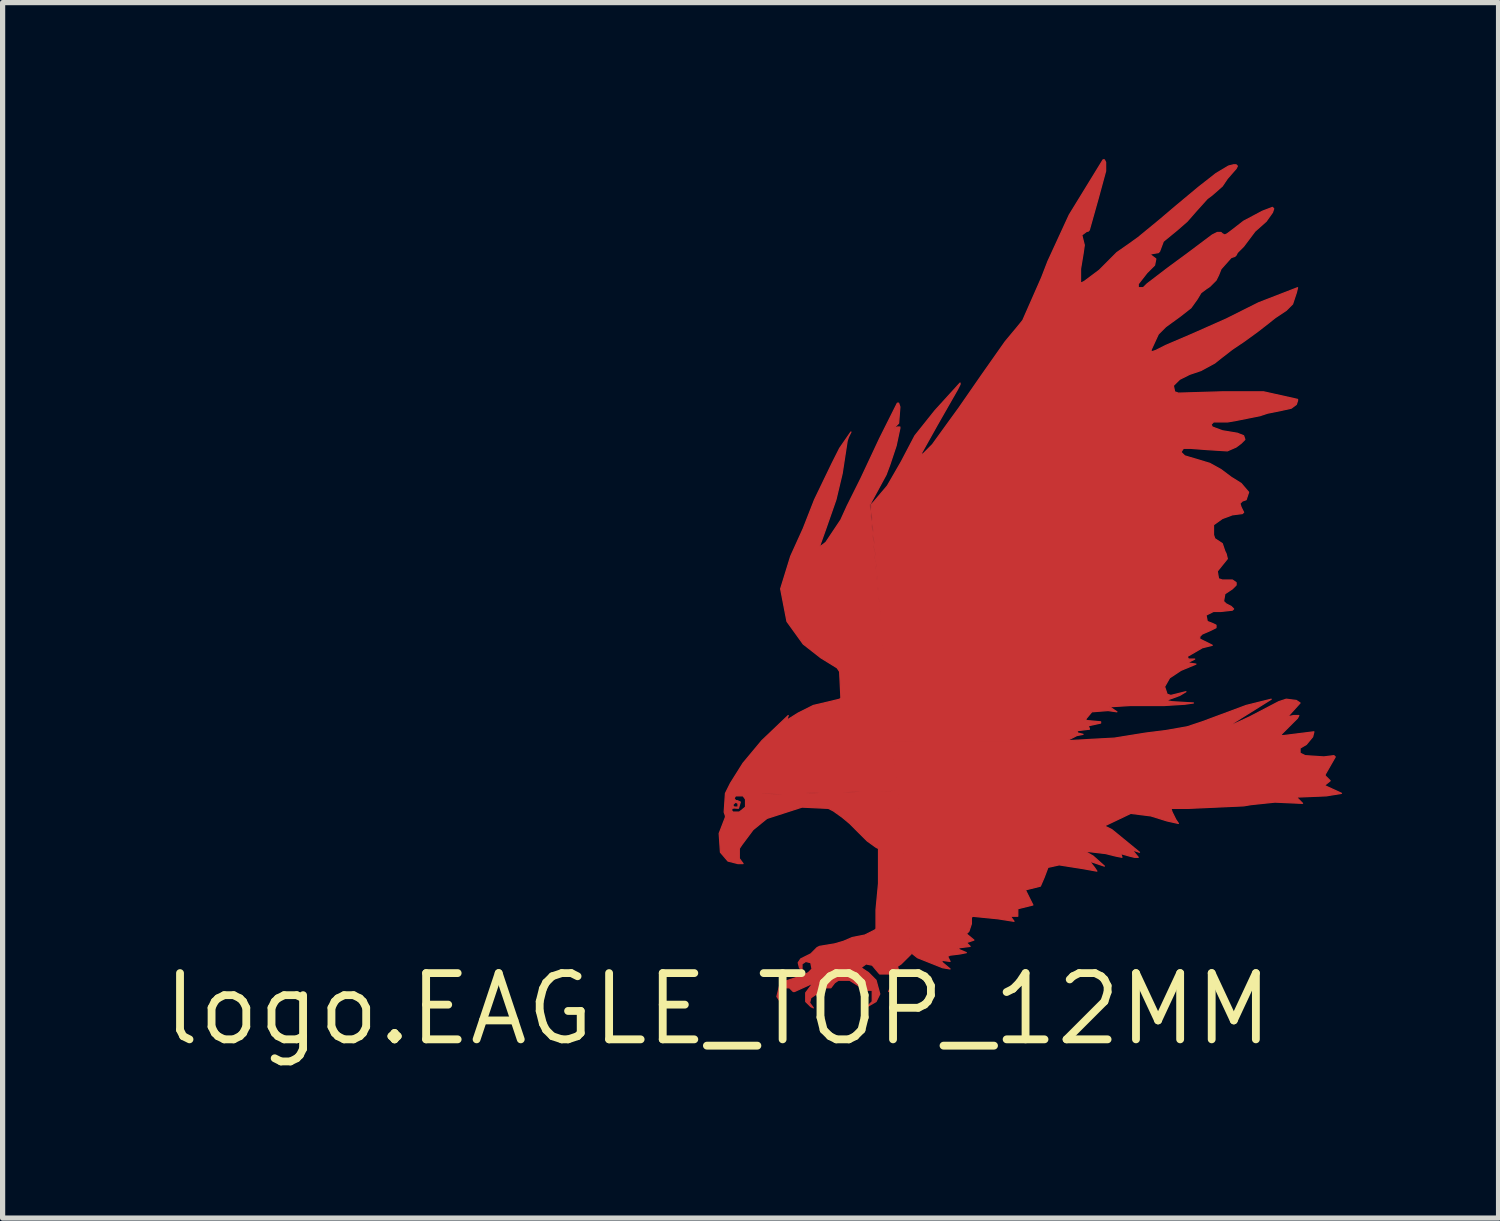
<source format=kicad_pcb>
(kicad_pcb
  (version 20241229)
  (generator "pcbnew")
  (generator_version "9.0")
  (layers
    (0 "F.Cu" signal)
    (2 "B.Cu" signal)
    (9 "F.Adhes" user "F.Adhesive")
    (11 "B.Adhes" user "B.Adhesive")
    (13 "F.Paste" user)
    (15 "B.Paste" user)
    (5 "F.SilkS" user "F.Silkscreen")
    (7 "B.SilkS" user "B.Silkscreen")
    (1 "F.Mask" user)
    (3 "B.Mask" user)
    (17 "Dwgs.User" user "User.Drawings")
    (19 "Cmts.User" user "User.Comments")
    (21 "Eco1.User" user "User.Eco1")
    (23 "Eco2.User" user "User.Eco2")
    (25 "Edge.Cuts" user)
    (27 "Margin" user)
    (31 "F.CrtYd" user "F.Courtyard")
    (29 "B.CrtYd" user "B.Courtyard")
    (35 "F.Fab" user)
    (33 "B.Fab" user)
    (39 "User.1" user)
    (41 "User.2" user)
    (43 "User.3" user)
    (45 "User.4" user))
  (footprint "logo.EAGLE_TOP_12MM"
    (layer "F.Cu")
    (at 10.712 16.293)
    (property "Reference" "logo.EAGLE_TOP_12MM" (at 0 0 0) (layer "F.SilkS") (effects (font (size 1.27 1.27) (thickness 0.15))))
    (fp_poly (pts (xy 0.24 -3.968) (xy 0.265 -4.016) (xy 0.313 -4.088) (xy 0.433 -4.136) (xy 0.553 -4.064) (xy 0.577 -3.872) (xy 0.457 -3.752) (xy 0.265 -3.752) (xy 0.216 -3.799) (xy 0.216 -3.92) (xy 0.265 -3.92) (xy 0.265 -3.872) (xy 0.265 -3.799) (xy 0.289 -3.776) (xy 0.409 -3.776) (xy 0.529 -3.872) (xy 0.553 -3.992) (xy 0.481 -4.088) (xy 0.337 -4.088) (xy 0.308 -4.038) (xy 0.342 -3.996) (xy 0.375 -3.994) (xy 0.428 -3.969) (xy 0.393 -3.85) (xy 0.313 -3.855) (xy 0.265 -3.848) (xy 0.29 -3.899) (xy 0.313 -3.872) (xy 0.385 -3.872) (xy 0.385 -3.944) (xy 0.337 -3.968) (xy 0.286 -3.92) (xy 0.289 -3.896)) (stroke (width 0.024) (type default)) (fill yes) (layer "F.Cu"))
    (fp_poly (pts (xy 3.343 -5.122) (xy 6.709 -5.146) (xy 7.599 -5.194) (xy 8.2 -5.291) (xy 8.585 -5.339) (xy 8.994 -5.411) (xy 9.283 -5.507) (xy 10.124 -5.82) (xy 10.605 -5.94) (xy 9.836 -5.459) (xy 9.884 -5.459) (xy 10.196 -5.603) (xy 10.749 -5.892) (xy 10.894 -5.94) (xy 11.086 -5.916) (xy 11.158 -5.868) (xy 10.918 -5.603) (xy 11.038 -5.627) (xy 11.134 -5.627) (xy 11.11 -5.579) (xy 10.798 -5.267) (xy 10.798 -5.243) (xy 10.846 -5.243) (xy 11.423 -5.315) (xy 11.399 -5.219) (xy 11.279 -5.074) (xy 11.158 -5.002) (xy 11.158 -4.906) (xy 11.255 -4.858) (xy 11.615 -4.834) (xy 11.807 -4.858) (xy 11.832 -4.834) (xy 11.639 -4.497) (xy 11.639 -4.473) (xy 11.735 -4.377) (xy 11.615 -4.28) (xy 11.639 -4.28) (xy 11.952 -4.136) (xy 11.663 -4.088) (xy 11.086 -4.064) (xy 11.206 -3.944) (xy 10.677 -3.968) (xy 10.22 -3.92) (xy 10.076 -3.896) (xy 9.018 -3.848) (xy 8.681 -3.848) (xy 8.705 -3.776) (xy 8.777 -3.631) (xy 8.826 -3.559) (xy 8.609 -3.607) (xy 8.297 -3.704) (xy 7.912 -3.752) (xy 7.407 -3.511) (xy 7.551 -3.439) (xy 8.08 -3.006) (xy 7.936 -3.054) (xy 8.056 -2.91) (xy 7.984 -2.91) (xy 7.888 -2.934) (xy 7.719 -2.982) (xy 7.744 -2.91) (xy 7.623 -2.934) (xy 7.431 -2.982) (xy 7.022 -3.03) (xy 7.19 -2.934) (xy 7.407 -2.741) (xy 7.118 -2.838) (xy 7.214 -2.717) (xy 7.263 -2.645) (xy 6.998 -2.693) (xy 6.541 -2.765) (xy 6.325 -2.717) (xy 6.253 -2.525) (xy 6.18 -2.357) (xy 5.892 -2.285) (xy 6.036 -1.996) (xy 5.747 -1.924) (xy 5.747 -1.78) (xy 5.603 -1.78) (xy 5.675 -1.683) (xy 5.363 -1.732) (xy 4.882 -1.78) (xy 4.858 -1.756) (xy 4.858 -1.683) (xy 4.858 -1.635) (xy 4.81 -1.491) (xy 4.761 -1.443) (xy 4.906 -1.323) (xy 4.761 -1.274) (xy 4.834 -1.202) (xy 4.641 -1.178) (xy 4.593 -1.154) (xy 4.761 -1.082) (xy 4.641 -1.058) (xy 4.449 -1.034) (xy 4.401 -1.01) (xy 4.449 -0.914) (xy 4.28 -0.938) (xy 4.305 -0.89) (xy 4.449 -0.77) (xy 4.305 -0.794) (xy 3.824 -0.986) (xy 3.704 -1.082)) (stroke (width 0.024) (type default)) (fill yes) (layer "F.Cu"))
    (fp_poly (pts (xy 1.226 -0.144) (xy 1.178 -0.168) (xy 1.13 -0.24) (xy 1.178 -0.433) (xy 1.274 -0.529) (xy 1.491 -0.601) (xy 1.635 -0.649) (xy 1.732 -0.698) (xy 1.804 -0.77) (xy 1.78 -0.89) (xy 1.683 -0.914) (xy 1.611 -0.866) (xy 1.611 -0.746) (xy 1.563 -0.794) (xy 1.539 -0.89) (xy 1.587 -0.962) (xy 1.683 -1.01) (xy 1.78 -1.058) (xy 1.828 -1.106) (xy 1.9 -1.178) (xy 1.948 -1.202) (xy 2.237 -1.25) (xy 2.405 -1.299) (xy 2.573 -1.371) (xy 2.693 -1.395) (xy 2.814 -1.419) (xy 3.006 -1.515) (xy 3.03 -1.539) (xy 3.03 -1.9) (xy 3.078 -2.405) (xy 3.078 -3.078) (xy 3.03 -3.102) (xy 2.862 -3.223) (xy 2.693 -3.391) (xy 2.525 -3.559) (xy 2.381 -3.679) (xy 2.213 -3.799) (xy 2.116 -3.848) (xy 1.611 -3.872) (xy 0.938 -3.655) (xy 0.673 -3.439) (xy 0.457 -3.15) (xy 0.409 -3.078) (xy 0.409 -2.886) (xy 0.481 -2.789) (xy 0.385 -2.789) (xy 0.192 -2.838) (xy 0.048 -3.006) (xy 0.024 -3.367) (xy 0.144 -3.679) (xy 0.144 -3.704) (xy 0.12 -3.776) (xy 0.144 -4.136) (xy 0.24 -4.329) (xy 0.481 -4.713) (xy 0.842 -5.146) (xy 1.347 -5.627) (xy 1.323 -5.555) (xy 1.347 -5.555) (xy 1.539 -5.675) (xy 1.828 -5.82) (xy 2.333 -5.94) (xy 2.357 -5.964) (xy 2.333 -6.469) (xy 2.285 -6.541) (xy 1.972 -6.734) (xy 1.635 -6.998) (xy 1.323 -7.431) (xy 1.202 -8.056) (xy 1.395 -8.681) (xy 1.635 -9.21) (xy 1.852 -9.764) (xy 2.188 -10.461) (xy 2.333 -10.749) (xy 2.549 -11.062) (xy 2.501 -10.966) (xy 2.477 -10.894) (xy 2.381 -10.268) (xy 2.261 -9.764) (xy 2.068 -9.21) (xy 1.948 -8.874) (xy 1.972 -8.874) (xy 2.068 -8.946) (xy 2.357 -9.379) (xy 2.477 -9.643) (xy 2.741 -10.172) (xy 3.102 -10.942) (xy 3.439 -11.615) (xy 3.463 -11.615) (xy 3.487 -11.543) (xy 3.463 -11.231) (xy 3.391 -11.158) (xy 3.391 -11.134) (xy 3.439 -11.158) (xy 3.487 -11.158) (xy 3.487 -11.134) (xy 3.415 -10.798) (xy 3.295 -10.437) (xy 3.223 -10.244) (xy 3.054 -9.932) (xy 2.91 -9.667) (xy 3.439 -4.184) (xy 0.337 -4.112) (xy 0.24 -3.968) (xy 0.24 -3.848) (xy 0.265 -3.776) (xy 0.313 -3.752) (xy 0.409 -3.752) (xy 0.529 -3.848) (xy 0.529 -4.064) (xy 0.481 -4.112) (xy 0.842 -4.112) (xy 3.439 -4.184) (xy 3.704 -1.058) (xy 3.511 -0.866) (xy 3.439 -0.818) (xy 3.463 -0.746) (xy 3.271 -0.337) (xy 3.343 -0.409) (xy 3.343 -0.673) (xy 3.102 -0.673) (xy 3.078 -0.698) (xy 2.958 -0.842) (xy 2.838 -0.866) (xy 2.741 -0.794) (xy 2.886 -0.698) (xy 3.03 -0.553) (xy 3.102 -0.289) (xy 3.03 -0.144) (xy 2.862 -0.048) (xy 2.958 -0.144) (xy 2.958 -0.361) (xy 2.789 -0.361) (xy 2.717 -0.433) (xy 2.525 -0.553) (xy 2.309 -0.553) (xy 2.237 -0.505) (xy 2.164 -0.409) (xy 2.068 -0.409) (xy 1.852 -0.265) (xy 1.78 -0.216) (xy 1.756 -0.12) (xy 1.828 -0.024) (xy 1.78 -0.048) (xy 1.683 -0.144) (xy 1.683 -0.313) (xy 1.828 -0.505) (xy 1.732 -0.457) (xy 1.467 -0.337) (xy 1.443 -0.337) (xy 1.371 -0.409) (xy 1.299 -0.409) (xy 1.226 -0.289)) (stroke (width 0.024) (type default)) (fill yes) (layer "F.Cu"))
    (fp_poly (pts (xy 2.934 -9.667) (xy 2.982 -9.716) (xy 3.247 -10.028) (xy 3.511 -10.485) (xy 3.776 -10.99) (xy 4.16 -11.471) (xy 4.641 -12) (xy 4.641 -11.976) (xy 4.593 -11.88) (xy 4.208 -11.206) (xy 3.872 -10.605) (xy 3.944 -10.653) (xy 4.112 -10.822) (xy 4.425 -11.255) (xy 4.617 -11.519) (xy 5.05 -12.144) (xy 5.507 -12.794) (xy 5.747 -13.082) (xy 5.844 -13.202) (xy 6.204 -14.02) (xy 6.325 -14.333) (xy 6.734 -15.222) (xy 7.383 -16.28) (xy 7.407 -16.28) (xy 7.431 -16.232) (xy 7.431 -16.064) (xy 7.287 -15.535) (xy 7.118 -14.934) (xy 7.094 -14.91) (xy 7.07 -14.91) (xy 6.974 -14.838) (xy 6.998 -14.741) (xy 7.022 -14.645) (xy 6.998 -14.477) (xy 6.95 -14.188) (xy 6.95 -13.924) (xy 6.974 -13.924) (xy 7.022 -13.948) (xy 7.311 -14.164) (xy 7.647 -14.501) (xy 7.888 -14.669) (xy 8.056 -14.79) (xy 8.465 -15.126) (xy 8.777 -15.391) (xy 9.21 -15.752) (xy 9.547 -16.016) (xy 9.788 -16.16) (xy 9.884 -16.184) (xy 9.932 -16.184) (xy 9.956 -16.16) (xy 9.932 -16.112) (xy 9.764 -15.92) (xy 9.667 -15.776) (xy 9.475 -15.607) (xy 9.379 -15.535) (xy 9.162 -15.294) (xy 8.994 -15.102) (xy 8.802 -14.934) (xy 8.537 -14.717) (xy 8.465 -14.525) (xy 8.441 -14.501) (xy 8.297 -14.477) (xy 8.297 -14.453) (xy 8.393 -14.381) (xy 8.369 -14.26) (xy 8.225 -14.116) (xy 8.056 -13.9) (xy 8.056 -13.828) (xy 8.152 -13.828) (xy 8.225 -13.9) (xy 8.633 -14.212) (xy 8.994 -14.477) (xy 9.475 -14.838) (xy 9.571 -14.886) (xy 9.643 -14.886) (xy 9.667 -14.862) (xy 9.716 -14.838) (xy 9.764 -14.862) (xy 9.86 -14.934) (xy 10.076 -15.102) (xy 10.437 -15.294) (xy 10.629 -15.367) (xy 10.653 -15.343) (xy 10.629 -15.271) (xy 10.509 -15.102) (xy 10.293 -14.91) (xy 10.076 -14.621) (xy 9.956 -14.501) (xy 9.932 -14.453) (xy 9.908 -14.429) (xy 9.836 -14.405) (xy 9.643 -14.188) (xy 9.595 -14.068) (xy 9.547 -13.972) (xy 9.427 -13.852) (xy 9.355 -13.804) (xy 9.258 -13.731) (xy 9.186 -13.611) (xy 9.066 -13.443) (xy 8.85 -13.274) (xy 8.585 -13.082) (xy 8.441 -12.938) (xy 8.297 -12.625) (xy 8.321 -12.601) (xy 8.393 -12.625) (xy 8.585 -12.722) (xy 9.09 -12.938) (xy 9.74 -13.226) (xy 10.365 -13.539) (xy 11.11 -13.828) (xy 11.086 -13.731) (xy 11.014 -13.515) (xy 10.894 -13.395) (xy 10.677 -13.25) (xy 10.557 -13.154) (xy 10.341 -12.986) (xy 10.076 -12.794) (xy 9.86 -12.649) (xy 9.643 -12.481) (xy 9.523 -12.385) (xy 9.258 -12.241) (xy 9.042 -12.168) (xy 8.85 -12.072) (xy 8.729 -11.952) (xy 8.754 -11.832) (xy 8.826 -11.807) (xy 9.667 -11.832) (xy 10.461 -11.832) (xy 11.11 -11.687) (xy 11.11 -11.663) (xy 11.086 -11.591) (xy 10.99 -11.519) (xy 10.774 -11.471) (xy 10.533 -11.423) (xy 10.389 -11.375) (xy 10.148 -11.327) (xy 9.908 -11.279) (xy 9.764 -11.255) (xy 9.499 -11.255) (xy 9.451 -11.206) (xy 9.475 -11.158) (xy 9.667 -11.086) (xy 9.956 -11.038) (xy 10.076 -10.99) (xy 10.1 -10.918) (xy 10.028 -10.846) (xy 9.932 -10.774) (xy 9.764 -10.701) (xy 9.379 -10.725) (xy 9.066 -10.749) (xy 8.922 -10.749) (xy 8.874 -10.677) (xy 8.946 -10.605) (xy 9.427 -10.461) (xy 9.643 -10.341) (xy 9.836 -10.196) (xy 10.028 -10.076) (xy 10.172 -9.908) (xy 10.124 -9.764) (xy 10.052 -9.74) (xy 10.004 -9.691) (xy 10.028 -9.619) (xy 10.076 -9.523) (xy 10.052 -9.499) (xy 9.86 -9.475) (xy 9.667 -9.403) (xy 9.499 -9.283) (xy 9.499 -9.235) (xy 9.499 -9.09) (xy 9.523 -9.018) (xy 9.667 -8.922) (xy 9.716 -8.777) (xy 9.74 -8.729) (xy 9.764 -8.633) (xy 9.667 -8.513) (xy 9.571 -8.393) (xy 9.595 -8.249) (xy 9.667 -8.225) (xy 9.86 -8.225) (xy 9.932 -8.176) (xy 9.932 -8.128) (xy 9.86 -8.056) (xy 9.716 -7.96) (xy 9.691 -7.816) (xy 9.74 -7.768) (xy 9.836 -7.719) (xy 9.884 -7.671) (xy 9.86 -7.647) (xy 9.643 -7.623) (xy 9.499 -7.623) (xy 9.355 -7.551) (xy 9.379 -7.431) (xy 9.499 -7.383) (xy 9.547 -7.359) (xy 9.547 -7.311) (xy 9.451 -7.263) (xy 9.283 -7.19) (xy 9.235 -7.142) (xy 9.235 -7.094) (xy 9.283 -7.07) (xy 9.475 -6.974) (xy 9.283 -6.926) (xy 8.994 -6.758) (xy 9.018 -6.709) (xy 9.138 -6.709) (xy 8.994 -6.637) (xy 9.162 -6.613) (xy 8.874 -6.493) (xy 8.657 -6.349) (xy 8.561 -6.18) (xy 8.609 -6.036) (xy 8.681 -6.012) (xy 8.97 -6.084) (xy 8.85 -6.012) (xy 8.585 -5.916) (xy 8.705 -5.892) (xy 9.114 -5.868) (xy 8.946 -5.844) (xy 8.561 -5.82) (xy 7.912 -5.82) (xy 7.503 -5.795) (xy 7.647 -5.699) (xy 7.479 -5.723) (xy 7.166 -5.699) (xy 7.046 -5.555) (xy 7.07 -5.531) (xy 7.335 -5.507) (xy 7.335 -5.483) (xy 7.118 -5.435) (xy 7.094 -5.411) (xy 7.118 -5.387) (xy 7.118 -5.363) (xy 7.094 -5.363) (xy 6.902 -5.339) (xy 6.878 -5.315) (xy 6.902 -5.291) (xy 6.998 -5.267) (xy 6.878 -5.243) (xy 6.685 -5.146) (xy 3.319 -5.122)) (stroke (width 0.024) (type default)) (fill yes) (layer "F.Cu")))
  (gr_rect
    (start -3 -3)
    (end 25.675 20.299)
    (stroke (width 0.1) (type default))
    (fill no)
    (layer "Edge.Cuts")))
</source>
